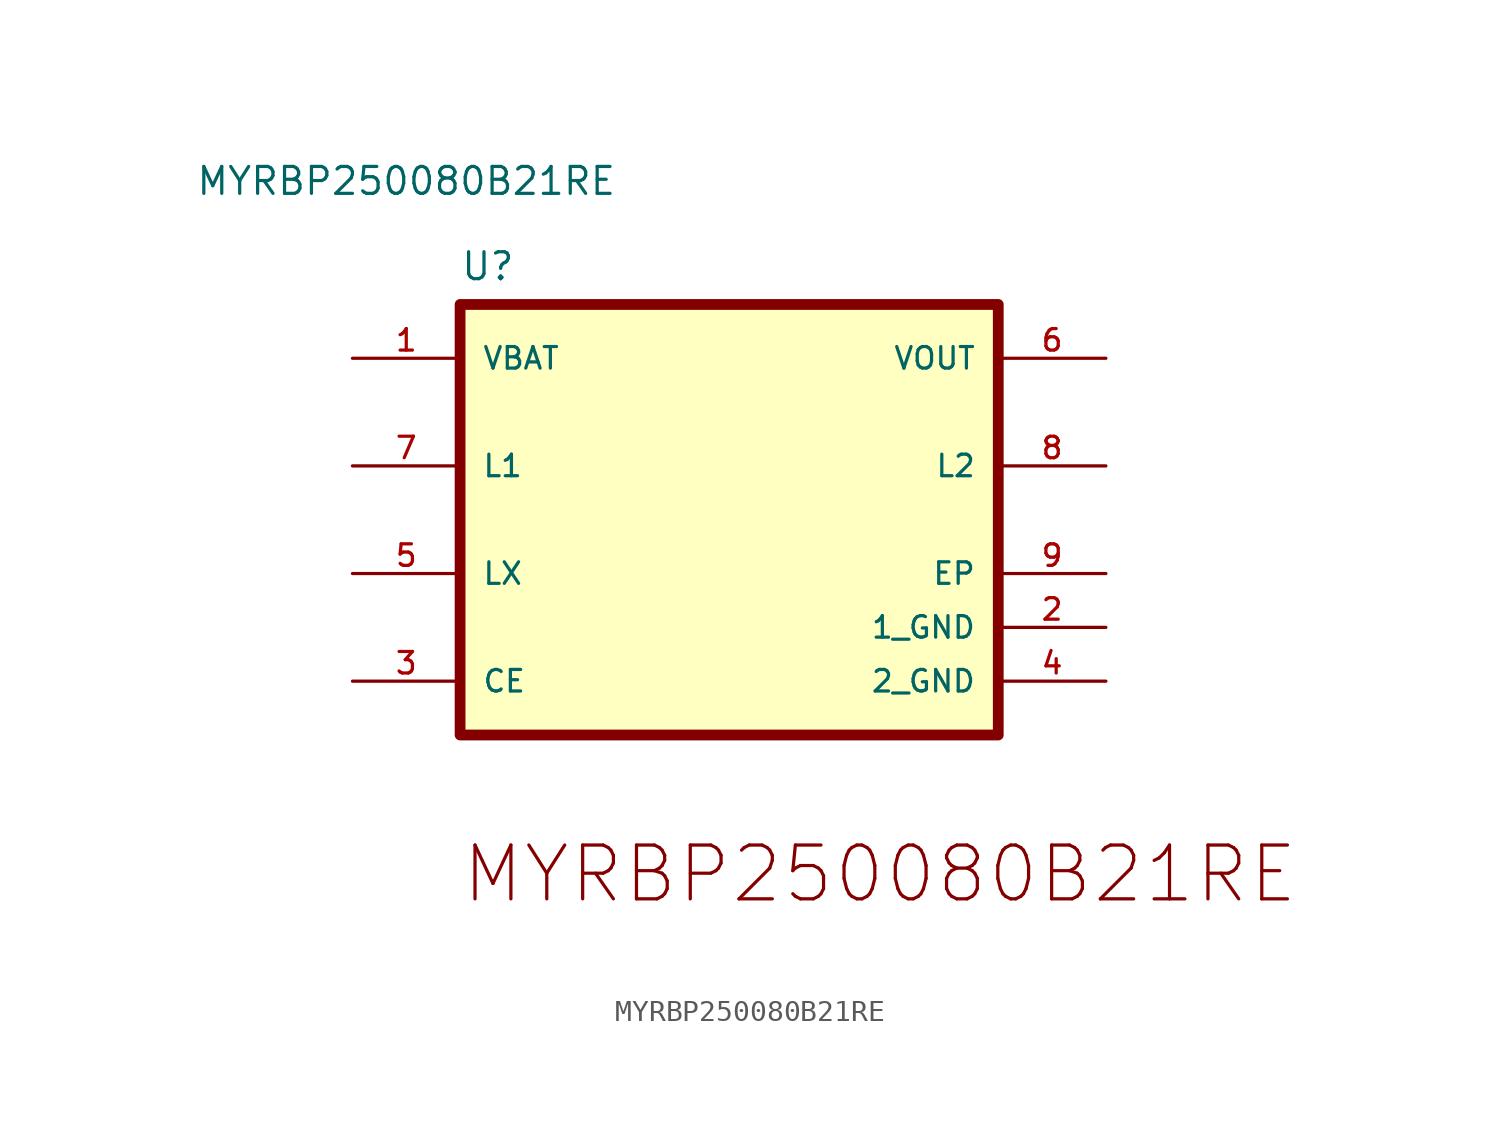
<source format=kicad_sym>
(kicad_symbol_lib
  (version 20211014)
  (generator kicad_symbol_editor)
  (symbol "MYRBP250080B21RE"
    (pin_names
      (offset 1.016))
    (property "Reference" "U"
      (at 2.54 -2.54 0)
      (effects (font (size 1.27 1.27)) (justify top left)))
    (property "Value" "MYRBP250080B21RE"
      (at 0 0.0 0)
      (effects (font (size 1.27 1.27)) (justify bottom)))
    (symbol "MYRBP250080B21RE_0_0"
      (text "MYRBP250080B21RE" (at 2.54 -30.48 0) (effects (font (size 2.54 2.54)) (justify top left)))
      (rectangle (start 2.54 -25.4) (end 27.94 -5.08) (stroke (width 0.508)) (fill (type background)))
      (pin input line (at -2.54 -22.86 0) (length 5.08) (name "CE" (effects (font (size 1.016 1.016)))) (number "3" (effects (font (size 1.016 1.016)))))
      (pin power_in line (at 33.02 -17.78 180.0) (length 5.08) (name "EP" (effects (font (size 1.016 1.016)))) (number "9" (effects (font (size 1.016 1.016)))))
      (pin passive line (at -2.54 -12.7 0) (length 5.08) (name "L1" (effects (font (size 1.016 1.016)))) (number "7" (effects (font (size 1.016 1.016)))))
      (pin passive line (at 33.02 -12.7 180.0) (length 5.08) (name "L2" (effects (font (size 1.016 1.016)))) (number "8" (effects (font (size 1.016 1.016)))))
      (pin passive line (at -2.54 -17.78 0) (length 5.08) (name "LX" (effects (font (size 1.016 1.016)))) (number "5" (effects (font (size 1.016 1.016)))))
      (pin power_in line (at -2.54 -7.62 0) (length 5.08) (name "VBAT" (effects (font (size 1.016 1.016)))) (number "1" (effects (font (size 1.016 1.016)))))
      (pin power_in line (at 33.02 -7.62 180.0) (length 5.08) (name "VOUT" (effects (font (size 1.016 1.016)))) (number "6" (effects (font (size 1.016 1.016)))))
      (pin power_in line (at 33.02 -20.32 180.0) (length 5.08) (name "1_GND" (effects (font (size 1.016 1.016)))) (number "2" (effects (font (size 1.016 1.016)))))
      (pin power_in line (at 33.02 -22.86 180.0) (length 5.08) (name "2_GND" (effects (font (size 1.016 1.016)))) (number "4" (effects (font (size 1.016 1.016))))))))
</source>
